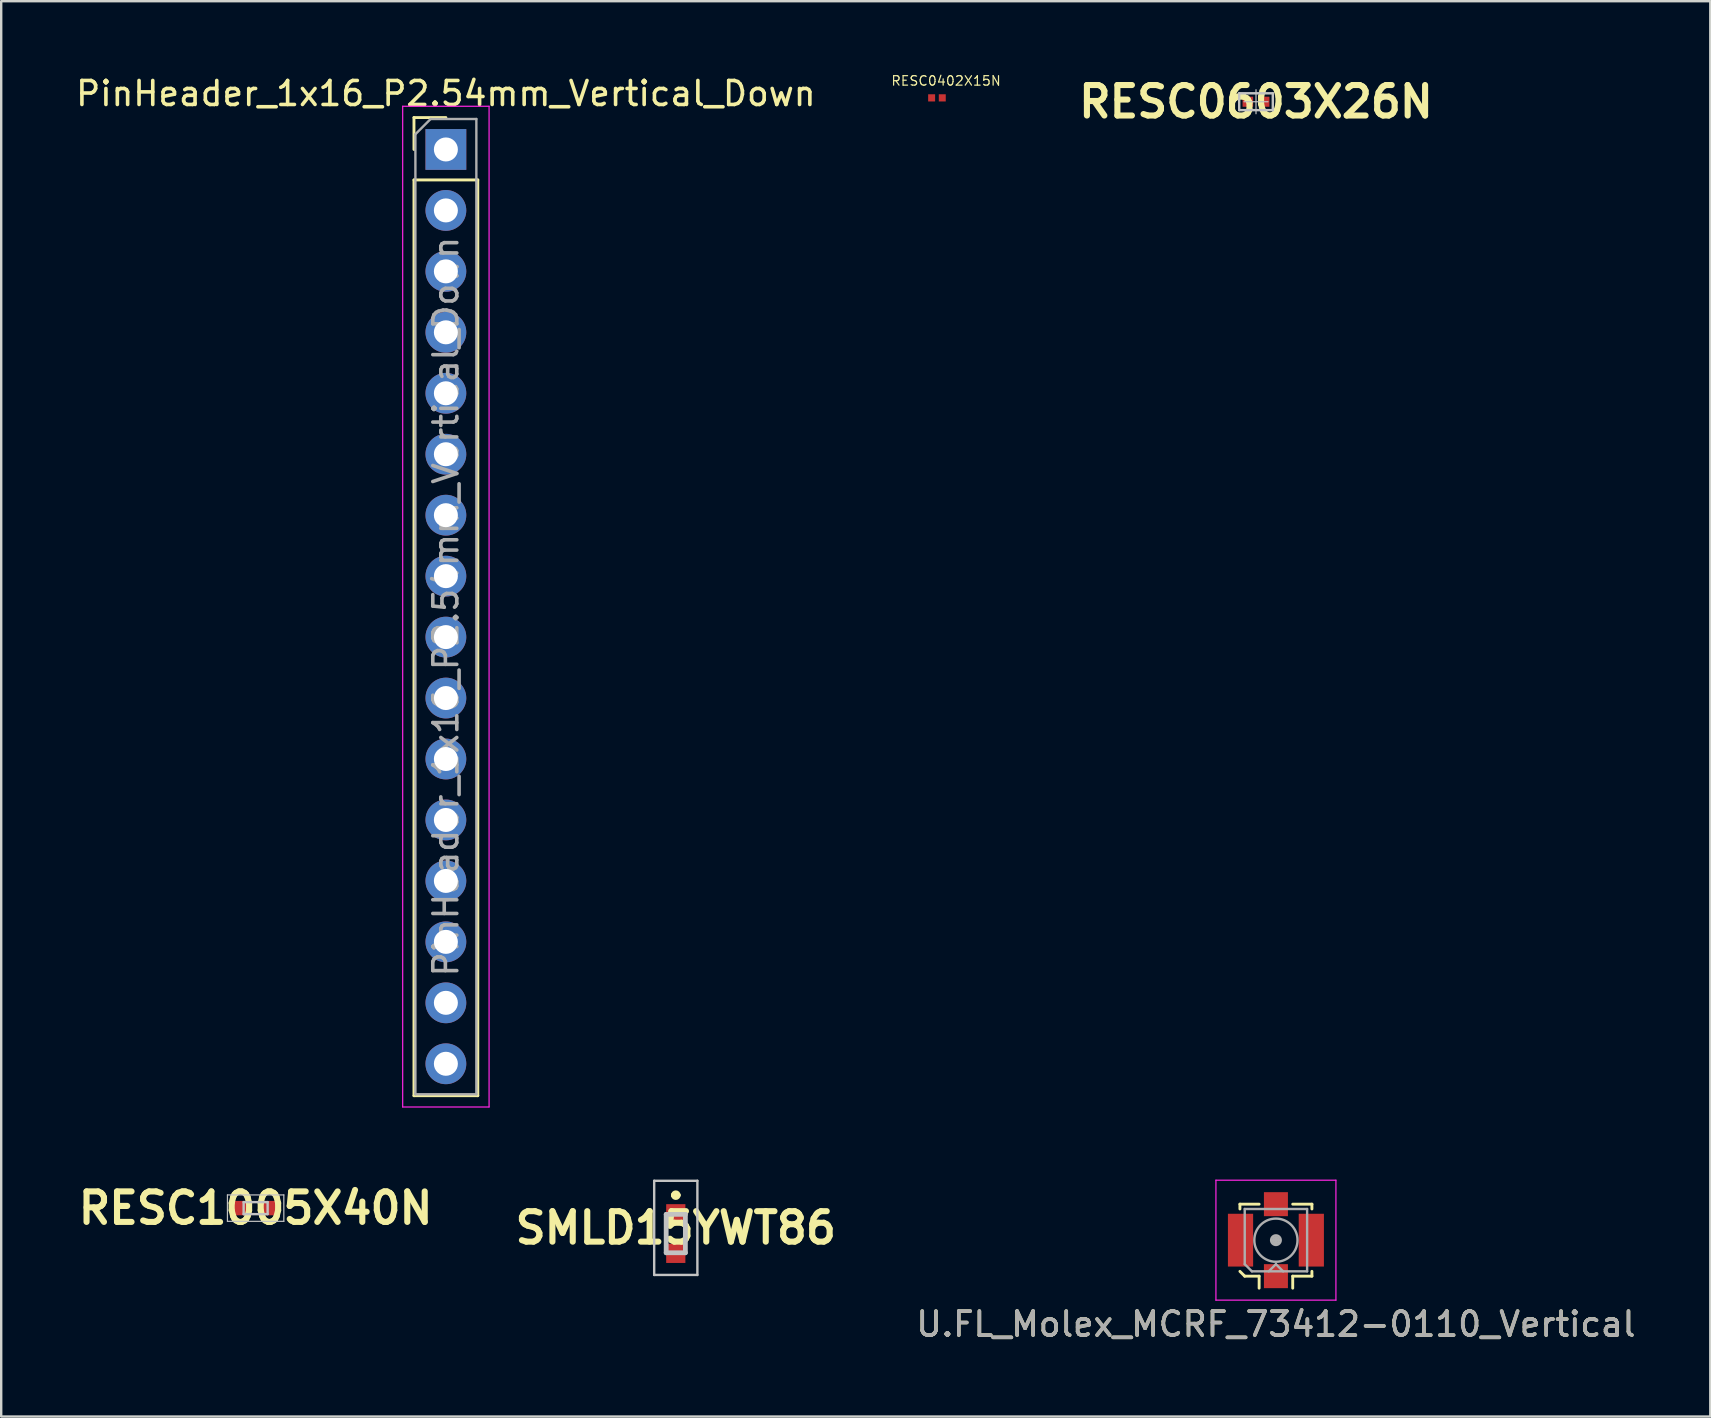
<source format=kicad_pcb>
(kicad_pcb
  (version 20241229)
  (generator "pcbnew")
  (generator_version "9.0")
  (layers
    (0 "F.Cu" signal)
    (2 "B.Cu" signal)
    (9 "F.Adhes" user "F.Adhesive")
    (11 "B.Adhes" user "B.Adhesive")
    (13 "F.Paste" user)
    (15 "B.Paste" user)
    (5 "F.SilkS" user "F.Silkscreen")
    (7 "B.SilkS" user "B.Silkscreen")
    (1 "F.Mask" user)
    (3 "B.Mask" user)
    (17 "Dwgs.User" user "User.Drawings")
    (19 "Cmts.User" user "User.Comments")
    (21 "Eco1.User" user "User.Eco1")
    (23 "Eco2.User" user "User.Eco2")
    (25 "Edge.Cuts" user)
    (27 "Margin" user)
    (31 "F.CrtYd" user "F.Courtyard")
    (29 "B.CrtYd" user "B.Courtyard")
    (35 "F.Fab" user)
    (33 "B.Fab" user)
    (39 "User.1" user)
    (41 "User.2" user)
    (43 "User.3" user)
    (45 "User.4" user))
  (footprint "RESC0402X15N"
    (layer "F.Cu")
    (at 35.993 1.028)
    (property "Reference" "RESC0402X15N" (at 0.38 -0.71 0) (layer "F.SilkS") (effects (font (size 0.394 0.394) (thickness 0.05))))
    (attr smd)
    (fp_line (start -0.619 -0.399) (end 0.619 -0.399) (stroke (width 0.05) (type solid)) (layer "Eco1.User"))
    (fp_line (start -0.619 0.399) (end -0.619 -0.399) (stroke (width 0.05) (type solid)) (layer "Eco1.User"))
    (fp_line (start -0.619 0.399) (end 0.619 0.399) (stroke (width 0.05) (type solid)) (layer "Eco1.User"))
    (fp_line (start 0.619 0.399) (end 0.619 -0.399) (stroke (width 0.05) (type solid)) (layer "Eco1.User"))
    (fp_line (start -0.21 0.11) (end -0.21 -0.11) (stroke (width 0.127) (type solid)) (layer "Eco2.User"))
    (fp_line (start 0.21 -0.11) (end -0.21 -0.11) (stroke (width 0.127) (type solid)) (layer "Eco2.User"))
    (fp_line (start 0.21 0.11) (end -0.21 0.11) (stroke (width 0.127) (type solid)) (layer "Eco2.User"))
    (fp_line (start 0.21 0.11) (end 0.21 -0.11) (stroke (width 0.127) (type solid)) (layer "Eco2.User"))
    (pad "1" smd rect (at -0.222 0) (size 0.29 0.3) (layers "F.Cu" "F.Mask" "F.Paste"))
    (pad "2" smd rect (at 0.222 0) (size 0.29 0.3) (layers "F.Cu" "F.Mask" "F.Paste")))
  (footprint "RESC0603X26N"
    (layer "F.Cu")
    (at 49.288 1.189)
    (property "Reference" "RESC0603X26N" (at 0 0 0) (layer "F.SilkS") (effects (font (size 1.27 1.27) (thickness 0.254))))
    (attr smd)
    (fp_line (start -0.71 -0.36) (end -0.71 0.36) (stroke (width 0.05) (type solid)) (layer "Dwgs.User"))
    (fp_line (start -0.71 0.36) (end 0.71 0.36) (stroke (width 0.05) (type solid)) (layer "Dwgs.User"))
    (fp_line (start -0.7 -0.35) (end -0.7 0.35) (stroke (width 0.1) (type solid)) (layer "Dwgs.User"))
    (fp_line (start -0.7 0.35) (end 0.7 0.35) (stroke (width 0.1) (type solid)) (layer "Dwgs.User"))
    (fp_line (start -0.5 0) (end 0.5 0) (stroke (width 0.05) (type solid)) (layer "Dwgs.User"))
    (fp_line (start -0.315 -0.165) (end -0.315 0.165) (stroke (width 0.001) (type solid)) (layer "Dwgs.User"))
    (fp_line (start -0.315 0.165) (end 0.315 0.165) (stroke (width 0.001) (type solid)) (layer "Dwgs.User"))
    (fp_line (start 0 0.5) (end 0 -0.5) (stroke (width 0.05) (type solid)) (layer "Dwgs.User"))
    (fp_line (start 0.315 -0.165) (end -0.315 -0.165) (stroke (width 0.001) (type solid)) (layer "Dwgs.User"))
    (fp_line (start 0.315 0.165) (end 0.315 -0.165) (stroke (width 0.001) (type solid)) (layer "Dwgs.User"))
    (fp_line (start 0.7 -0.35) (end -0.7 -0.35) (stroke (width 0.1) (type solid)) (layer "Dwgs.User"))
    (fp_line (start 0.7 0.35) (end 0.7 -0.35) (stroke (width 0.1) (type solid)) (layer "Dwgs.User"))
    (fp_line (start 0.71 -0.36) (end -0.71 -0.36) (stroke (width 0.05) (type solid)) (layer "Dwgs.User"))
    (fp_line (start 0.71 0.36) (end 0.71 -0.36) (stroke (width 0.05) (type solid)) (layer "Dwgs.User"))
    (pad "1" smd rect (at -0.34 0 90) (size 0.42 0.44) (layers "F.Cu" "F.Mask" "F.Paste"))
    (pad "2" smd rect (at 0.34 0 90) (size 0.42 0.44) (layers "F.Cu" "F.Mask" "F.Paste")))
  (footprint "RESC1005X40N"
    (layer "F.Cu")
    (at 7.602 47.292)
    (property "Reference" "RESC1005X40N" (at 0 0 0) (layer "F.SilkS") (effects (font (size 1.27 1.27) (thickness 0.254))))
    (attr smd)
    (fp_line (start -1.175 -0.55) (end 1.175 -0.55) (stroke (width 0.05) (type solid)) (layer "Dwgs.User"))
    (fp_line (start -1.175 0.55) (end -1.175 -0.55) (stroke (width 0.05) (type solid)) (layer "Dwgs.User"))
    (fp_line (start -0.5 -0.25) (end 0.5 -0.25) (stroke (width 0.1) (type solid)) (layer "Dwgs.User"))
    (fp_line (start -0.5 0.25) (end -0.5 -0.25) (stroke (width 0.1) (type solid)) (layer "Dwgs.User"))
    (fp_line (start 0.5 -0.25) (end 0.5 0.25) (stroke (width 0.1) (type solid)) (layer "Dwgs.User"))
    (fp_line (start 0.5 0.25) (end -0.5 0.25) (stroke (width 0.1) (type solid)) (layer "Dwgs.User"))
    (fp_line (start 1.175 -0.55) (end 1.175 0.55) (stroke (width 0.05) (type solid)) (layer "Dwgs.User"))
    (fp_line (start 1.175 0.55) (end -1.175 0.55) (stroke (width 0.05) (type solid)) (layer "Dwgs.User"))
    (pad "1" smd rect (at -0.55 0 90) (size 0.6 0.75) (layers "F.Cu" "F.Mask" "F.Paste"))
    (pad "2" smd rect (at 0.55 0 90) (size 0.6 0.75) (layers "F.Cu" "F.Mask" "F.Paste")))
  (footprint "U.FL_Molex_MCRF_73412-0110_Vertical"
    (layer "F.Cu")
    (at 50.118 48.628)
    (property "Reference" "U.FL_Molex_MCRF_73412-0110_Vertical" (at 0 3.5 0) (layer "F.SilkS") (effects (font (size 1 1) (thickness 0.15))))
    (attr smd)
    (fp_line (start -1.5 -1.5) (end -0.7 -1.5) (stroke (width 0.12) (type solid)) (layer "F.SilkS"))
    (fp_line (start -1.5 -1.3) (end -1.5 -1.5) (stroke (width 0.12) (type solid)) (layer "F.SilkS"))
    (fp_line (start -1.3 1.5) (end -1.5 1.3) (stroke (width 0.12) (type solid)) (layer "F.SilkS"))
    (fp_line (start -0.7 1.5) (end -1.3 1.5) (stroke (width 0.12) (type solid)) (layer "F.SilkS"))
    (fp_line (start -0.7 1.5) (end -0.7 2) (stroke (width 0.12) (type solid)) (layer "F.SilkS"))
    (fp_line (start 0.7 -1.5) (end 1.5 -1.5) (stroke (width 0.12) (type solid)) (layer "F.SilkS"))
    (fp_line (start 0.7 1.5) (end 0.7 2) (stroke (width 0.12) (type solid)) (layer "F.SilkS"))
    (fp_line (start 1.5 -1.5) (end 1.5 -1.3) (stroke (width 0.12) (type solid)) (layer "F.SilkS"))
    (fp_line (start 1.5 1.3) (end 1.5 1.5) (stroke (width 0.12) (type solid)) (layer "F.SilkS"))
    (fp_line (start 1.5 1.5) (end 0.7 1.5) (stroke (width 0.12) (type solid)) (layer "F.SilkS"))
    (fp_line (start -2.5 -2.5) (end -2.5 2.5) (stroke (width 0.05) (type solid)) (layer "F.CrtYd"))
    (fp_line (start -2.5 2.5) (end 2.5 2.5) (stroke (width 0.05) (type solid)) (layer "F.CrtYd"))
    (fp_line (start 2.5 -2.5) (end -2.5 -2.5) (stroke (width 0.05) (type solid)) (layer "F.CrtYd"))
    (fp_line (start 2.5 2.5) (end 2.5 -2.5) (stroke (width 0.05) (type solid)) (layer "F.CrtYd"))
    (fp_line (start -1.3 -1.3) (end -1.3 1) (stroke (width 0.1) (type solid)) (layer "F.Fab"))
    (fp_line (start -1.3 -1.3) (end 1.3 -1.3) (stroke (width 0.1) (type solid)) (layer "F.Fab"))
    (fp_line (start -1.3 1) (end -1 1.3) (stroke (width 0.1) (type solid)) (layer "F.Fab"))
    (fp_line (start -1 1.3) (end 1.3 1.3) (stroke (width 0.1) (type solid)) (layer "F.Fab"))
    (fp_line (start -0.3 1.3) (end 0 1) (stroke (width 0.1) (type solid)) (layer "F.Fab"))
    (fp_line (start 0 1) (end 0.3 1.3) (stroke (width 0.1) (type solid)) (layer "F.Fab"))
    (fp_line (start 1.3 -1.3) (end 1.3 1.3) (stroke (width 0.1) (type solid)) (layer "F.Fab"))
    (fp_circle (center 0 0) (end 0 0.05) (stroke (width 0.1) (type solid)) (fill no) (layer "F.Fab"))
    (fp_circle (center 0 0) (end 0 0.125) (stroke (width 0.1) (type solid)) (fill no) (layer "F.Fab"))
    (fp_circle (center 0 0) (end 0 0.2) (stroke (width 0.1) (type solid)) (fill no) (layer "F.Fab"))
    (fp_circle (center 0 0) (end 0.9 0) (stroke (width 0.1) (type solid)) (fill no) (layer "F.Fab"))
    (fp_text user "${REFERENCE}" (at 0 3.5 0) (layer "F.Fab") (effects (font (size 1 1) (thickness 0.15))))
    (pad "1" smd rect (at 0 1.5) (size 1 1) (layers "F.Cu" "F.Mask" "F.Paste"))
    (pad "2" smd rect (at -1.475 0) (size 1.05 2.2) (layers "F.Cu" "F.Mask" "F.Paste"))
    (pad "2" smd rect (at 0 -1.5) (size 1 1) (layers "F.Cu" "F.Mask" "F.Paste"))
    (pad "2" smd rect (at 1.475 0) (size 1.05 2.2) (layers "F.Cu" "F.Mask" "F.Paste")))
  (footprint "PinHeader_1x16_P2.54mm_Vertical_Down"
    (layer "F.Cu")
    (at 15.53 3.178)
    (property "Reference" "PinHeader_1x16_P2.54mm_Vertical_Down" (at 0 -2.33 0) (layer "F.SilkS") (effects (font (size 1 1) (thickness 0.15))))
    (attr through_hole)
    (fp_line (start -1.33 -1.33) (end 0 -1.33) (stroke (width 0.12) (type solid)) (layer "F.SilkS"))
    (fp_line (start -1.33 0) (end -1.33 -1.33) (stroke (width 0.12) (type solid)) (layer "F.SilkS"))
    (fp_line (start -1.33 1.27) (end -1.33 39.43) (stroke (width 0.12) (type solid)) (layer "F.SilkS"))
    (fp_line (start -1.33 1.27) (end 1.33 1.27) (stroke (width 0.12) (type solid)) (layer "F.SilkS"))
    (fp_line (start -1.33 39.43) (end 1.33 39.43) (stroke (width 0.12) (type solid)) (layer "F.SilkS"))
    (fp_line (start 1.33 1.27) (end 1.33 39.43) (stroke (width 0.12) (type solid)) (layer "F.SilkS"))
    (fp_line (start -1.8 -1.8) (end -1.8 39.9) (stroke (width 0.05) (type solid)) (layer "F.CrtYd"))
    (fp_line (start -1.8 39.9) (end 1.8 39.9) (stroke (width 0.05) (type solid)) (layer "F.CrtYd"))
    (fp_line (start 1.8 -1.8) (end -1.8 -1.8) (stroke (width 0.05) (type solid)) (layer "F.CrtYd"))
    (fp_line (start 1.8 39.9) (end 1.8 -1.8) (stroke (width 0.05) (type solid)) (layer "F.CrtYd"))
    (fp_line (start -1.27 -0.635) (end -0.635 -1.27) (stroke (width 0.1) (type solid)) (layer "F.Fab"))
    (fp_line (start -1.27 39.37) (end -1.27 -0.635) (stroke (width 0.1) (type solid)) (layer "F.Fab"))
    (fp_line (start -0.635 -1.27) (end 1.27 -1.27) (stroke (width 0.1) (type solid)) (layer "F.Fab"))
    (fp_line (start 1.27 -1.27) (end 1.27 39.37) (stroke (width 0.1) (type solid)) (layer "F.Fab"))
    (fp_line (start 1.27 39.37) (end -1.27 39.37) (stroke (width 0.1) (type solid)) (layer "F.Fab"))
    (fp_text user "${REFERENCE}" (at 0 19.05 90) (layer "F.Fab") (effects (font (size 1 1) (thickness 0.15))))
    (pad "1" thru_hole rect (at 0 0) (size 1.7 1.7) (drill 1) (layers "*.Cu" "*.Mask"))
    (pad "2" thru_hole oval (at 0 2.54) (size 1.7 1.7) (drill 1) (layers "*.Cu" "*.Mask"))
    (pad "3" thru_hole oval (at 0 5.08) (size 1.7 1.7) (drill 1) (layers "*.Cu" "*.Mask"))
    (pad "4" thru_hole oval (at 0 7.62) (size 1.7 1.7) (drill 1) (layers "*.Cu" "*.Mask"))
    (pad "5" thru_hole oval (at 0 10.16) (size 1.7 1.7) (drill 1) (layers "*.Cu" "*.Mask"))
    (pad "6" thru_hole oval (at 0 12.7) (size 1.7 1.7) (drill 1) (layers "*.Cu" "*.Mask"))
    (pad "7" thru_hole oval (at 0 15.24) (size 1.7 1.7) (drill 1) (layers "*.Cu" "*.Mask"))
    (pad "8" thru_hole oval (at 0 17.78) (size 1.7 1.7) (drill 1) (layers "*.Cu" "*.Mask"))
    (pad "9" thru_hole oval (at 0 20.32) (size 1.7 1.7) (drill 1) (layers "*.Cu" "*.Mask"))
    (pad "10" thru_hole oval (at 0 22.86) (size 1.7 1.7) (drill 1) (layers "*.Cu" "*.Mask"))
    (pad "11" thru_hole oval (at 0 25.4) (size 1.7 1.7) (drill 1) (layers "*.Cu" "*.Mask"))
    (pad "12" thru_hole oval (at 0 27.94) (size 1.7 1.7) (drill 1) (layers "*.Cu" "*.Mask"))
    (pad "13" thru_hole oval (at 0 30.48) (size 1.7 1.7) (drill 1) (layers "*.Cu" "*.Mask"))
    (pad "14" thru_hole oval (at 0 33.02) (size 1.7 1.7) (drill 1) (layers "*.Cu" "*.Mask"))
    (pad "15" thru_hole oval (at 0 35.56) (size 1.7 1.7) (drill 1) (layers "*.Cu" "*.Mask"))
    (pad "16" thru_hole oval (at 0 38.1) (size 1.7 1.7) (drill 1) (layers "*.Cu" "*.Mask")))
  (footprint "SMLD15YWT86"
    (layer "F.Cu")
    (at 25.11 48.353)
    (property "Reference" "SMLD15YWT86" (at 0 -0.238 0) (layer "F.SilkS") (effects (font (size 1.27 1.27) (thickness 0.254))))
    (attr smd)
    (fp_line (start -0.4 -0.3) (end -0.4 0.3) (stroke (width 0.1) (type solid)) (layer "F.SilkS"))
    (fp_line (start -0.1 -1.6) (end -0.1 -1.6) (stroke (width 0.2) (type solid)) (layer "F.SilkS"))
    (fp_line (start 0.1 -1.6) (end 0.1 -1.6) (stroke (width 0.2) (type solid)) (layer "F.SilkS"))
    (fp_line (start 0.4 -0.3) (end 0.4 0.3) (stroke (width 0.1) (type solid)) (layer "F.SilkS"))
    (fp_arc (start -0.1 -1.6) (mid 0 -1.7) (end 0.1 -1.6) (stroke (width 0.2) (type solid)) (layer "F.SilkS"))
    (fp_arc (start 0.1 -1.6) (mid 0 -1.5) (end -0.1 -1.6) (stroke (width 0.2) (type solid)) (layer "F.SilkS"))
    (fp_line (start -0.9 -2.2) (end 0.9 -2.2) (stroke (width 0.1) (type solid)) (layer "Dwgs.User"))
    (fp_line (start -0.9 1.725) (end -0.9 -2.2) (stroke (width 0.1) (type solid)) (layer "Dwgs.User"))
    (fp_line (start -0.4 -0.8) (end 0.4 -0.8) (stroke (width 0.2) (type solid)) (layer "Dwgs.User"))
    (fp_line (start -0.4 0.8) (end -0.4 -0.8) (stroke (width 0.2) (type solid)) (layer "Dwgs.User"))
    (fp_line (start 0.4 -0.8) (end 0.4 0.8) (stroke (width 0.2) (type solid)) (layer "Dwgs.User"))
    (fp_line (start 0.4 0.8) (end -0.4 0.8) (stroke (width 0.2) (type solid)) (layer "Dwgs.User"))
    (fp_line (start 0.9 -2.2) (end 0.9 1.725) (stroke (width 0.1) (type solid)) (layer "Dwgs.User"))
    (fp_line (start 0.9 1.725) (end -0.9 1.725) (stroke (width 0.1) (type solid)) (layer "Dwgs.User"))
    (pad "1" smd rect (at 0 -0.825 90) (size 0.8 0.8) (layers "F.Cu" "F.Mask" "F.Paste"))
    (pad "2" smd rect (at 0 0.825 90) (size 0.8 0.8) (layers "F.Cu" "F.Mask" "F.Paste")))
  (gr_rect
    (start -3 -3)
    (end 68.219 55.977)
    (stroke (width 0.1) (type default))
    (fill no)
    (layer "Edge.Cuts")))
</source>
